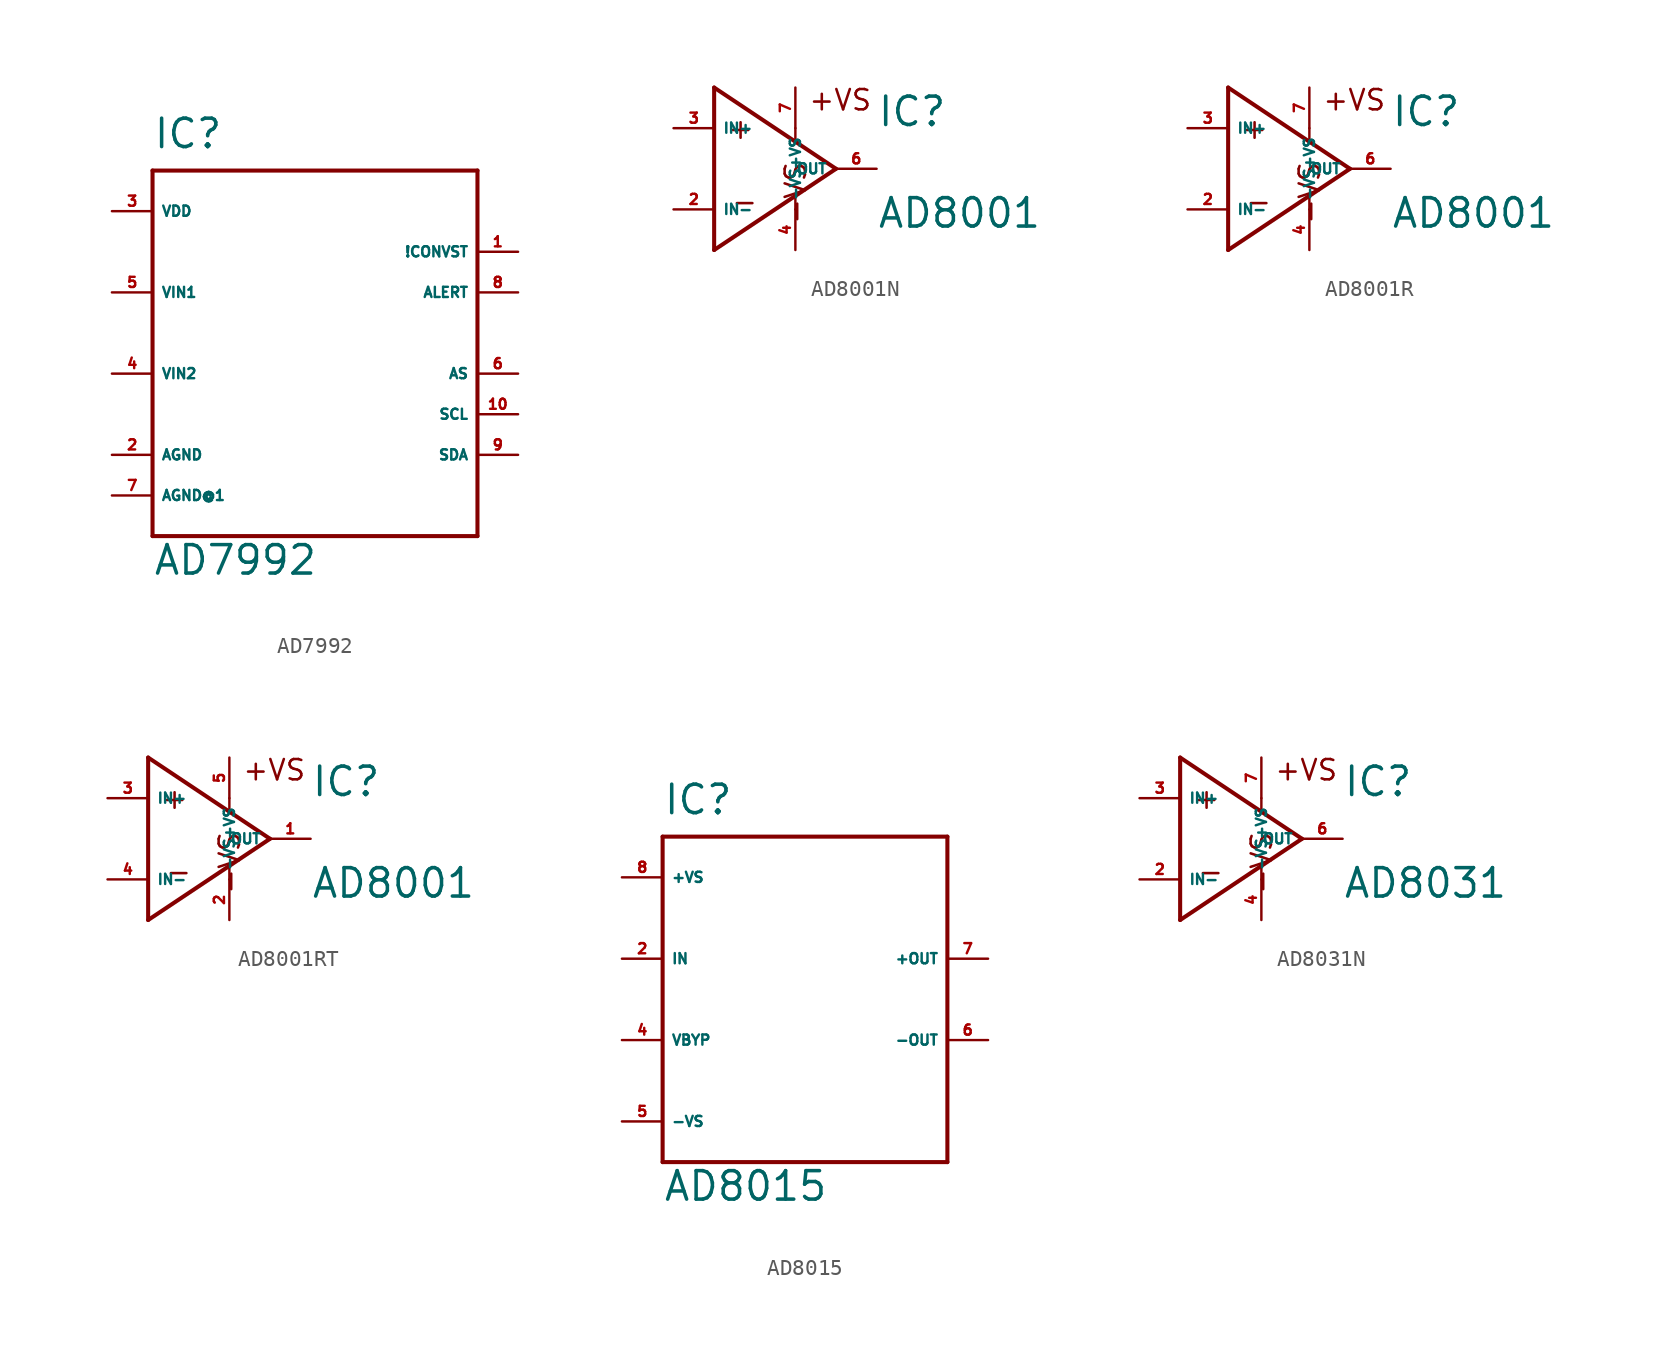
<source format=kicad_sym>
(kicad_symbol_lib
  (version 20220914)
  (generator Eagle2Kicad)
  (symbol "AD7992"
    (property "Reference" "IC"
      (at -10.16 13.97 0)
      (effects (font (size 1.778 1.778) (thickness 0.22)) (justify left bottom)))
    (property "Value" "AD7992"
      (at -10.16 -12.7 0)
      (effects (font (size 1.778 1.778) (thickness 0.22)) (justify left bottom)))
    (polyline
      (pts (xy -10.16 12.7) (xy 10.16 12.7))
      (stroke (width 0.254) (type default))
      (fill (type none)))
    (polyline
      (pts (xy 10.16 12.7) (xy 10.16 -10.16))
      (stroke (width 0.254) (type default))
      (fill (type none)))
    (polyline
      (pts (xy 10.16 -10.16) (xy -10.16 -10.16))
      (stroke (width 0.254) (type default))
      (fill (type none)))
    (polyline
      (pts (xy -10.16 -10.16) (xy -10.16 12.7))
      (stroke (width 0.254) (type default))
      (fill (type none)))
    (pin input line
      (at -12.7 5.08 0)
      (length 2.54)
      (name "VIN1" (effects (font (size 0.635 0.635) (thickness 0.08)) (justify left bottom)))
      (number "5" (effects (font (size 0.635 0.635) (thickness 0.08)) (justify left bottom))))
    (pin input line
      (at -12.7 0 0)
      (length 2.54)
      (name "VIN2" (effects (font (size 0.635 0.635) (thickness 0.08)) (justify left bottom)))
      (number "4" (effects (font (size 0.635 0.635) (thickness 0.08)) (justify left bottom))))
    (pin unspecified line
      (at -12.7 10.16 0)
      (length 2.54)
      (name "VDD" (effects (font (size 0.635 0.635) (thickness 0.08)) (justify left bottom)))
      (number "3" (effects (font (size 0.635 0.635) (thickness 0.08)) (justify left bottom))))
    (pin input line
      (at 12.7 0 180)
      (length 2.54)
      (name "AS" (effects (font (size 0.635 0.635) (thickness 0.08)) (justify left bottom)))
      (number "6" (effects (font (size 0.635 0.635) (thickness 0.08)) (justify left bottom))))
    (pin unspecified line
      (at -12.7 -5.08 0)
      (length 2.54)
      (name "AGND" (effects (font (size 0.635 0.635) (thickness 0.08)) (justify left bottom)))
      (number "2" (effects (font (size 0.635 0.635) (thickness 0.08)) (justify left bottom))))
    (pin bidirectional line
      (at 12.7 -5.08 180)
      (length 2.54)
      (name "SDA" (effects (font (size 0.635 0.635) (thickness 0.08)) (justify left bottom)))
      (number "9" (effects (font (size 0.635 0.635) (thickness 0.08)) (justify left bottom))))
    (pin input line
      (at 12.7 -2.54 180)
      (length 2.54)
      (name "SCL" (effects (font (size 0.635 0.635) (thickness 0.08)) (justify left bottom)))
      (number "10" (effects (font (size 0.635 0.635) (thickness 0.08)) (justify left bottom))))
    (pin output line
      (at 12.7 5.08 180)
      (length 2.54)
      (name "ALERT" (effects (font (size 0.635 0.635) (thickness 0.08)) (justify left bottom)))
      (number "8" (effects (font (size 0.635 0.635) (thickness 0.08)) (justify left bottom))))
    (pin input line
      (at 12.7 7.62 180)
      (length 2.54)
      (name "!CONVST" (effects (font (size 0.635 0.635) (thickness 0.08)) (justify left bottom)))
      (number "1" (effects (font (size 0.635 0.635) (thickness 0.08)) (justify left bottom))))
    (pin unspecified line
      (at -12.7 -7.62 0)
      (length 2.54)
      (name "AGND@1" (effects (font (size 0.635 0.635) (thickness 0.08)) (justify left bottom)))
      (number "7" (effects (font (size 0.635 0.635) (thickness 0.08)) (justify left bottom)))))
  (symbol "AD8001N"
    (property "Reference" "IC"
      (at 7.62 2.54 0)
      (effects (font (size 1.778 1.778) (thickness 0.22)) (justify left bottom)))
    (property "Value" "AD8001"
      (at 7.62 -3.81 0)
      (effects (font (size 1.778 1.778) (thickness 0.22)) (justify left bottom)))
    (polyline
      (pts (xy -2.54 5.08) (xy -2.54 -5.08))
      (stroke (width 0.254) (type default))
      (fill (type none)))
    (polyline
      (pts (xy -2.54 -5.08) (xy 5.08 0))
      (stroke (width 0.254) (type default))
      (fill (type none)))
    (polyline
      (pts (xy 5.08 0) (xy -2.54 5.08))
      (stroke (width 0.254) (type default))
      (fill (type none)))
    (polyline
      (pts (xy 2.54 2.54) (xy 2.54 1.778))
      (stroke (width 0.152) (type default))
      (fill (type none)))
    (polyline
      (pts (xy 2.54 -2.54) (xy 2.54 -1.778))
      (stroke (width 0.152) (type default))
      (fill (type none)))
    (text "+"
      (at -1.778 1.778 0)
      (effects (font (size 1.27 1.27) (thickness 0.16)) (justify left bottom)))
    (text "-"
      (at -1.524 -2.794 0)
      (effects (font (size 1.27 1.27) (thickness 0.16)) (justify left bottom)))
    (text "+VS"
      (at 3.302 3.556 0)
      (effects (font (size 1.27 1.27) (thickness 0.16)) (justify left bottom)))
    (text "-VS"
      (at 3.302 -3.556 1800)
      (effects (font (size 1.27 1.27) (thickness 0.16)) (justify left bottom mirror)))
    (pin input line
      (at -5.08 2.54 0)
      (length 2.54)
      (name "IN+" (effects (font (size 0.635 0.635) (thickness 0.08)) (justify left bottom)))
      (number "3" (effects (font (size 0.635 0.635) (thickness 0.08)) (justify left bottom))))
    (pin input line
      (at -5.08 -2.54 0)
      (length 2.54)
      (name "IN-" (effects (font (size 0.635 0.635) (thickness 0.08)) (justify left bottom)))
      (number "2" (effects (font (size 0.635 0.635) (thickness 0.08)) (justify left bottom))))
    (pin output line
      (at 7.62 0 180)
      (length 2.54)
      (name "OUT" (effects (font (size 0.635 0.635) (thickness 0.08)) (justify left bottom)))
      (number "6" (effects (font (size 0.635 0.635) (thickness 0.08)) (justify left bottom))))
    (pin input line
      (at 2.54 -5.08 90)
      (length 2.54)
      (name "-VS" (effects (font (size 0.635 0.635) (thickness 0.08)) (justify left bottom)))
      (number "4" (effects (font (size 0.635 0.635) (thickness 0.08)) (justify left bottom))))
    (pin input line
      (at 2.54 5.08 270)
      (length 2.54)
      (name "+VS" (effects (font (size 0.635 0.635) (thickness 0.08)) (justify left bottom)))
      (number "7" (effects (font (size 0.635 0.635) (thickness 0.08)) (justify left bottom)))))
  (symbol "AD8001R"
    (property "Reference" "IC"
      (at 7.62 2.54 0)
      (effects (font (size 1.778 1.778) (thickness 0.22)) (justify left bottom)))
    (property "Value" "AD8001"
      (at 7.62 -3.81 0)
      (effects (font (size 1.778 1.778) (thickness 0.22)) (justify left bottom)))
    (polyline
      (pts (xy -2.54 5.08) (xy -2.54 -5.08))
      (stroke (width 0.254) (type default))
      (fill (type none)))
    (polyline
      (pts (xy -2.54 -5.08) (xy 5.08 0))
      (stroke (width 0.254) (type default))
      (fill (type none)))
    (polyline
      (pts (xy 5.08 0) (xy -2.54 5.08))
      (stroke (width 0.254) (type default))
      (fill (type none)))
    (polyline
      (pts (xy 2.54 2.54) (xy 2.54 1.778))
      (stroke (width 0.152) (type default))
      (fill (type none)))
    (polyline
      (pts (xy 2.54 -2.54) (xy 2.54 -1.778))
      (stroke (width 0.152) (type default))
      (fill (type none)))
    (text "+"
      (at -1.778 1.778 0)
      (effects (font (size 1.27 1.27) (thickness 0.16)) (justify left bottom)))
    (text "-"
      (at -1.524 -2.794 0)
      (effects (font (size 1.27 1.27) (thickness 0.16)) (justify left bottom)))
    (text "+VS"
      (at 3.302 3.556 0)
      (effects (font (size 1.27 1.27) (thickness 0.16)) (justify left bottom)))
    (text "-VS"
      (at 3.302 -3.556 1800)
      (effects (font (size 1.27 1.27) (thickness 0.16)) (justify left bottom mirror)))
    (pin input line
      (at -5.08 2.54 0)
      (length 2.54)
      (name "IN+" (effects (font (size 0.635 0.635) (thickness 0.08)) (justify left bottom)))
      (number "3" (effects (font (size 0.635 0.635) (thickness 0.08)) (justify left bottom))))
    (pin input line
      (at -5.08 -2.54 0)
      (length 2.54)
      (name "IN-" (effects (font (size 0.635 0.635) (thickness 0.08)) (justify left bottom)))
      (number "2" (effects (font (size 0.635 0.635) (thickness 0.08)) (justify left bottom))))
    (pin output line
      (at 7.62 0 180)
      (length 2.54)
      (name "OUT" (effects (font (size 0.635 0.635) (thickness 0.08)) (justify left bottom)))
      (number "6" (effects (font (size 0.635 0.635) (thickness 0.08)) (justify left bottom))))
    (pin input line
      (at 2.54 -5.08 90)
      (length 2.54)
      (name "-VS" (effects (font (size 0.635 0.635) (thickness 0.08)) (justify left bottom)))
      (number "4" (effects (font (size 0.635 0.635) (thickness 0.08)) (justify left bottom))))
    (pin input line
      (at 2.54 5.08 270)
      (length 2.54)
      (name "+VS" (effects (font (size 0.635 0.635) (thickness 0.08)) (justify left bottom)))
      (number "7" (effects (font (size 0.635 0.635) (thickness 0.08)) (justify left bottom)))))
  (symbol "AD8001RT"
    (property "Reference" "IC"
      (at 7.62 2.54 0)
      (effects (font (size 1.778 1.778) (thickness 0.22)) (justify left bottom)))
    (property "Value" "AD8001"
      (at 7.62 -3.81 0)
      (effects (font (size 1.778 1.778) (thickness 0.22)) (justify left bottom)))
    (polyline
      (pts (xy -2.54 5.08) (xy -2.54 -5.08))
      (stroke (width 0.254) (type default))
      (fill (type none)))
    (polyline
      (pts (xy -2.54 -5.08) (xy 5.08 0))
      (stroke (width 0.254) (type default))
      (fill (type none)))
    (polyline
      (pts (xy 5.08 0) (xy -2.54 5.08))
      (stroke (width 0.254) (type default))
      (fill (type none)))
    (polyline
      (pts (xy 2.54 2.54) (xy 2.54 1.778))
      (stroke (width 0.152) (type default))
      (fill (type none)))
    (polyline
      (pts (xy 2.54 -2.54) (xy 2.54 -1.778))
      (stroke (width 0.152) (type default))
      (fill (type none)))
    (text "+"
      (at -1.778 1.778 0)
      (effects (font (size 1.27 1.27) (thickness 0.16)) (justify left bottom)))
    (text "-"
      (at -1.524 -2.794 0)
      (effects (font (size 1.27 1.27) (thickness 0.16)) (justify left bottom)))
    (text "+VS"
      (at 3.302 3.556 0)
      (effects (font (size 1.27 1.27) (thickness 0.16)) (justify left bottom)))
    (text "-VS"
      (at 3.302 -3.556 1800)
      (effects (font (size 1.27 1.27) (thickness 0.16)) (justify left bottom mirror)))
    (pin input line
      (at -5.08 2.54 0)
      (length 2.54)
      (name "IN+" (effects (font (size 0.635 0.635) (thickness 0.08)) (justify left bottom)))
      (number "3" (effects (font (size 0.635 0.635) (thickness 0.08)) (justify left bottom))))
    (pin input line
      (at -5.08 -2.54 0)
      (length 2.54)
      (name "IN-" (effects (font (size 0.635 0.635) (thickness 0.08)) (justify left bottom)))
      (number "4" (effects (font (size 0.635 0.635) (thickness 0.08)) (justify left bottom))))
    (pin output line
      (at 7.62 0 180)
      (length 2.54)
      (name "OUT" (effects (font (size 0.635 0.635) (thickness 0.08)) (justify left bottom)))
      (number "1" (effects (font (size 0.635 0.635) (thickness 0.08)) (justify left bottom))))
    (pin input line
      (at 2.54 -5.08 90)
      (length 2.54)
      (name "-VS" (effects (font (size 0.635 0.635) (thickness 0.08)) (justify left bottom)))
      (number "2" (effects (font (size 0.635 0.635) (thickness 0.08)) (justify left bottom))))
    (pin input line
      (at 2.54 5.08 270)
      (length 2.54)
      (name "+VS" (effects (font (size 0.635 0.635) (thickness 0.08)) (justify left bottom)))
      (number "5" (effects (font (size 0.635 0.635) (thickness 0.08)) (justify left bottom)))))
  (symbol "AD8015"
    (property "Reference" "IC"
      (at -7.62 11.43 0)
      (effects (font (size 1.778 1.778) (thickness 0.22)) (justify left bottom)))
    (property "Value" "AD8015"
      (at -7.62 -12.7 0)
      (effects (font (size 1.778 1.778) (thickness 0.22)) (justify left bottom)))
    (polyline
      (pts (xy -7.62 10.16) (xy 10.16 10.16))
      (stroke (width 0.254) (type default))
      (fill (type none)))
    (polyline
      (pts (xy 10.16 10.16) (xy 10.16 -10.16))
      (stroke (width 0.254) (type default))
      (fill (type none)))
    (polyline
      (pts (xy 10.16 -10.16) (xy -7.62 -10.16))
      (stroke (width 0.254) (type default))
      (fill (type none)))
    (polyline
      (pts (xy -7.62 -10.16) (xy -7.62 10.16))
      (stroke (width 0.254) (type default))
      (fill (type none)))
    (pin input line
      (at -10.16 2.54 0)
      (length 2.54)
      (name "IN" (effects (font (size 0.635 0.635) (thickness 0.08)) (justify left bottom)))
      (number "2" (effects (font (size 0.635 0.635) (thickness 0.08)) (justify left bottom))))
    (pin input line
      (at -10.16 -2.54 0)
      (length 2.54)
      (name "VBYP" (effects (font (size 0.635 0.635) (thickness 0.08)) (justify left bottom)))
      (number "4" (effects (font (size 0.635 0.635) (thickness 0.08)) (justify left bottom))))
    (pin input line
      (at -10.16 -7.62 0)
      (length 2.54)
      (name "-VS" (effects (font (size 0.635 0.635) (thickness 0.08)) (justify left bottom)))
      (number "5" (effects (font (size 0.635 0.635) (thickness 0.08)) (justify left bottom))))
    (pin input line
      (at -10.16 7.62 0)
      (length 2.54)
      (name "+VS" (effects (font (size 0.635 0.635) (thickness 0.08)) (justify left bottom)))
      (number "8" (effects (font (size 0.635 0.635) (thickness 0.08)) (justify left bottom))))
    (pin output line
      (at 12.7 2.54 180)
      (length 2.54)
      (name "+OUT" (effects (font (size 0.635 0.635) (thickness 0.08)) (justify left bottom)))
      (number "7" (effects (font (size 0.635 0.635) (thickness 0.08)) (justify left bottom))))
    (pin output line
      (at 12.7 -2.54 180)
      (length 2.54)
      (name "-OUT" (effects (font (size 0.635 0.635) (thickness 0.08)) (justify left bottom)))
      (number "6" (effects (font (size 0.635 0.635) (thickness 0.08)) (justify left bottom)))))
  (symbol "AD8031N"
    (property "Reference" "IC"
      (at 7.62 2.54 0)
      (effects (font (size 1.778 1.778) (thickness 0.22)) (justify left bottom)))
    (property "Value" "AD8031"
      (at 7.62 -3.81 0)
      (effects (font (size 1.778 1.778) (thickness 0.22)) (justify left bottom)))
    (polyline
      (pts (xy -2.54 5.08) (xy -2.54 -5.08))
      (stroke (width 0.254) (type default))
      (fill (type none)))
    (polyline
      (pts (xy -2.54 -5.08) (xy 5.08 0))
      (stroke (width 0.254) (type default))
      (fill (type none)))
    (polyline
      (pts (xy 5.08 0) (xy -2.54 5.08))
      (stroke (width 0.254) (type default))
      (fill (type none)))
    (polyline
      (pts (xy 2.54 2.54) (xy 2.54 1.778))
      (stroke (width 0.152) (type default))
      (fill (type none)))
    (polyline
      (pts (xy 2.54 -2.54) (xy 2.54 -1.778))
      (stroke (width 0.152) (type default))
      (fill (type none)))
    (text "+"
      (at -1.778 1.778 0)
      (effects (font (size 1.27 1.27) (thickness 0.16)) (justify left bottom)))
    (text "-"
      (at -1.524 -2.794 0)
      (effects (font (size 1.27 1.27) (thickness 0.16)) (justify left bottom)))
    (text "+VS"
      (at 3.302 3.556 0)
      (effects (font (size 1.27 1.27) (thickness 0.16)) (justify left bottom)))
    (text "-VS"
      (at 3.302 -3.556 1800)
      (effects (font (size 1.27 1.27) (thickness 0.16)) (justify left bottom mirror)))
    (pin input line
      (at -5.08 2.54 0)
      (length 2.54)
      (name "IN+" (effects (font (size 0.635 0.635) (thickness 0.08)) (justify left bottom)))
      (number "3" (effects (font (size 0.635 0.635) (thickness 0.08)) (justify left bottom))))
    (pin input line
      (at -5.08 -2.54 0)
      (length 2.54)
      (name "IN-" (effects (font (size 0.635 0.635) (thickness 0.08)) (justify left bottom)))
      (number "2" (effects (font (size 0.635 0.635) (thickness 0.08)) (justify left bottom))))
    (pin output line
      (at 7.62 0 180)
      (length 2.54)
      (name "OUT" (effects (font (size 0.635 0.635) (thickness 0.08)) (justify left bottom)))
      (number "6" (effects (font (size 0.635 0.635) (thickness 0.08)) (justify left bottom))))
    (pin input line
      (at 2.54 -5.08 90)
      (length 2.54)
      (name "-VS" (effects (font (size 0.635 0.635) (thickness 0.08)) (justify left bottom)))
      (number "4" (effects (font (size 0.635 0.635) (thickness 0.08)) (justify left bottom))))
    (pin input line
      (at 2.54 5.08 270)
      (length 2.54)
      (name "+VS" (effects (font (size 0.635 0.635) (thickness 0.08)) (justify left bottom)))
      (number "7" (effects (font (size 0.635 0.635) (thickness 0.08)) (justify left bottom))))))
</source>
